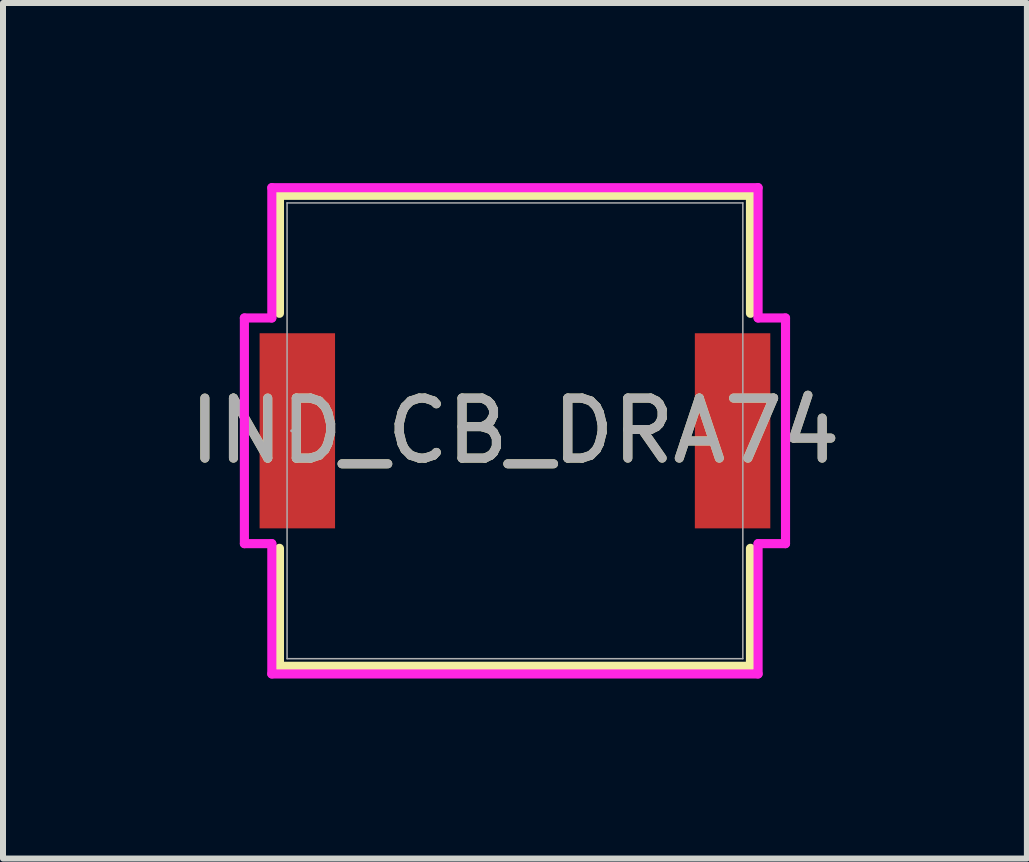
<source format=kicad_pcb>
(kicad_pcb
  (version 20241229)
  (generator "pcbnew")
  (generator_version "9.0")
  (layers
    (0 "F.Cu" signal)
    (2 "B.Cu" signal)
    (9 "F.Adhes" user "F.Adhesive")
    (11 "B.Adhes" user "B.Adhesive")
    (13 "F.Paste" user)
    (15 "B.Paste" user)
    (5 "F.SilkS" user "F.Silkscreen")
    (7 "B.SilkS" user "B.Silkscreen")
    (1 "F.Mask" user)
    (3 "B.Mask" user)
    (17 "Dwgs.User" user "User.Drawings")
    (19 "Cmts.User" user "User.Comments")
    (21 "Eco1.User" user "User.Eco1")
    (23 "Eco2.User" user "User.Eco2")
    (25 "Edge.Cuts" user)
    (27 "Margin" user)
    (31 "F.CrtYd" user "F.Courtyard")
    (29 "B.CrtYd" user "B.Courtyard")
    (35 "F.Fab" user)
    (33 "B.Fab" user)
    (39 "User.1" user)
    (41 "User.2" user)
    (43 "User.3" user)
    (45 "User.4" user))
  (footprint "IND_CB_DRA74"
    (layer "F.Cu")
    (at 5.53 4.128)
    (property "Reference" "IND_CB_DRA74" (at 0 0 0) (unlocked yes) (layer "F.SilkS") (effects (font (size 1 1) (thickness 0.15))))
    (attr smd)
    (fp_line (start -3.924 -3.924) (end -3.924 -1.958) (stroke (width 0.152) (type solid)) (layer "F.SilkS"))
    (fp_line (start -3.924 1.958) (end -3.924 3.924) (stroke (width 0.152) (type solid)) (layer "F.SilkS"))
    (fp_line (start -3.924 3.924) (end 3.924 3.924) (stroke (width 0.152) (type solid)) (layer "F.SilkS"))
    (fp_line (start 3.924 -3.924) (end -3.924 -3.924) (stroke (width 0.152) (type solid)) (layer "F.SilkS"))
    (fp_line (start 3.924 -1.958) (end 3.924 -3.924) (stroke (width 0.152) (type solid)) (layer "F.SilkS"))
    (fp_line (start 3.924 3.924) (end 3.924 1.958) (stroke (width 0.152) (type solid)) (layer "F.SilkS"))
    (fp_line (start -4.508 -1.88) (end -4.051 -1.88) (stroke (width 0.152) (type solid)) (layer "F.CrtYd"))
    (fp_line (start -4.508 1.88) (end -4.508 -1.88) (stroke (width 0.152) (type solid)) (layer "F.CrtYd"))
    (fp_line (start -4.051 -4.051) (end 4.051 -4.051) (stroke (width 0.152) (type solid)) (layer "F.CrtYd"))
    (fp_line (start -4.051 -1.88) (end -4.051 -4.051) (stroke (width 0.152) (type solid)) (layer "F.CrtYd"))
    (fp_line (start -4.051 1.88) (end -4.508 1.88) (stroke (width 0.152) (type solid)) (layer "F.CrtYd"))
    (fp_line (start -4.051 4.051) (end -4.051 1.88) (stroke (width 0.152) (type solid)) (layer "F.CrtYd"))
    (fp_line (start 4.051 -4.051) (end 4.051 -1.88) (stroke (width 0.152) (type solid)) (layer "F.CrtYd"))
    (fp_line (start 4.051 -1.88) (end 4.508 -1.88) (stroke (width 0.152) (type solid)) (layer "F.CrtYd"))
    (fp_line (start 4.051 1.88) (end 4.051 4.051) (stroke (width 0.152) (type solid)) (layer "F.CrtYd"))
    (fp_line (start 4.051 4.051) (end -4.051 4.051) (stroke (width 0.152) (type solid)) (layer "F.CrtYd"))
    (fp_line (start 4.508 -1.88) (end 4.508 1.88) (stroke (width 0.152) (type solid)) (layer "F.CrtYd"))
    (fp_line (start 4.508 1.88) (end 4.051 1.88) (stroke (width 0.152) (type solid)) (layer "F.CrtYd"))
    (fp_line (start -3.797 -3.797) (end -3.797 3.797) (stroke (width 0.025) (type solid)) (layer "F.Fab"))
    (fp_line (start -3.797 3.797) (end 3.797 3.797) (stroke (width 0.025) (type solid)) (layer "F.Fab"))
    (fp_line (start 3.797 -3.797) (end -3.797 -3.797) (stroke (width 0.025) (type solid)) (layer "F.Fab"))
    (fp_line (start 3.797 3.797) (end 3.797 -3.797) (stroke (width 0.025) (type solid)) (layer "F.Fab"))
    (fp_circle (center -3.721 0) (end -3.721 0) (stroke (width 0.025) (type solid)) (fill no) (layer "F.Fab"))
    (fp_text user "${REFERENCE}" (at 0 0 0) (unlocked yes) (layer "F.Fab") (effects (font (size 1 1) (thickness 0.15))))
    (pad "1" smd rect (at -3.626 0) (size 1.257 3.251) (layers "F.Cu" "F.Mask" "F.Paste"))
    (pad "2" smd rect (at 3.626 0) (size 1.257 3.251) (layers "F.Cu" "F.Mask" "F.Paste"))
    (zone (net_name "") (layer "F.Cu") (hatch full 0.508) (connect_pads) (min_thickness 0.254) (filled_areas_thickness no) (keepout (tracks not_allowed) (vias not_allowed) (pads allowed) (copperpour not_allowed) (footprints allowed)) (placement (enabled no)) (fill) (polygon (pts (xy 2.583 0.381) (xy 8.476 0.381) (xy 8.476 7.874) (xy 2.583 7.874)))))
  (gr_rect
    (start -3 -3)
    (end 14.06 11.255)
    (stroke (width 0.1) (type default))
    (fill no)
    (layer "Edge.Cuts")))
</source>
